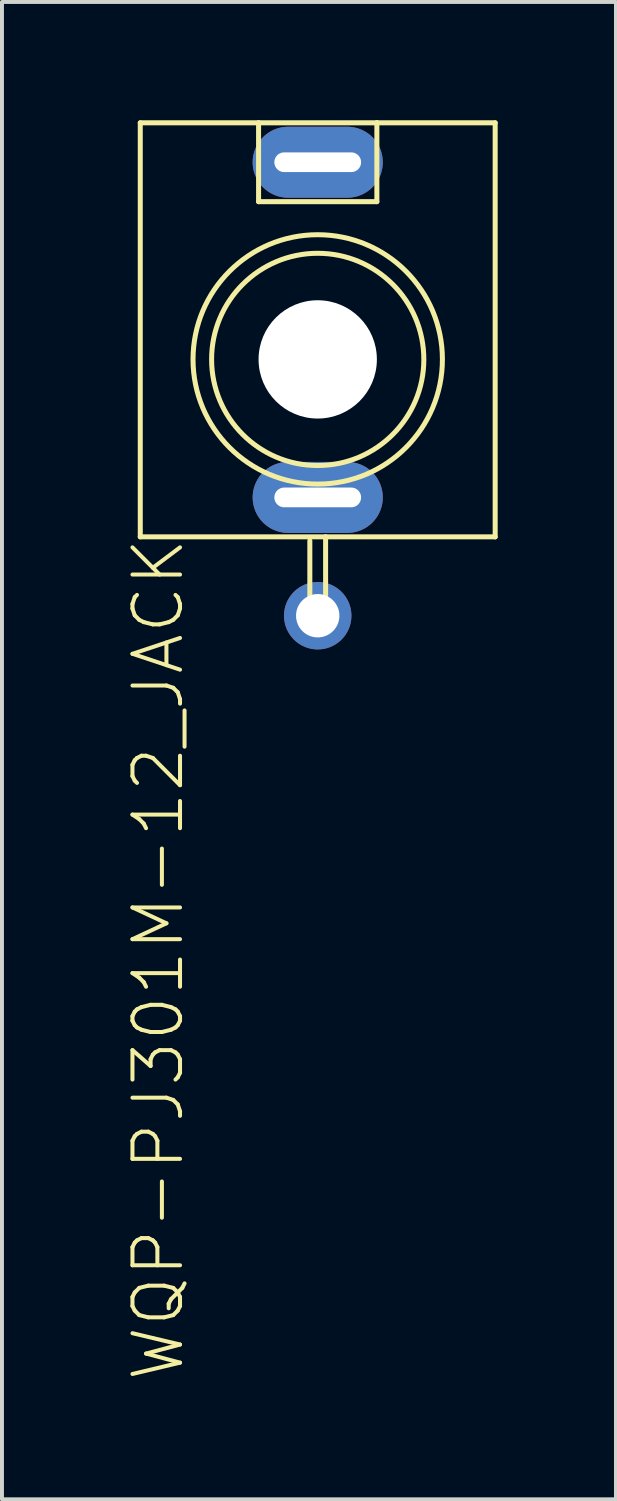
<source format=kicad_pcb>
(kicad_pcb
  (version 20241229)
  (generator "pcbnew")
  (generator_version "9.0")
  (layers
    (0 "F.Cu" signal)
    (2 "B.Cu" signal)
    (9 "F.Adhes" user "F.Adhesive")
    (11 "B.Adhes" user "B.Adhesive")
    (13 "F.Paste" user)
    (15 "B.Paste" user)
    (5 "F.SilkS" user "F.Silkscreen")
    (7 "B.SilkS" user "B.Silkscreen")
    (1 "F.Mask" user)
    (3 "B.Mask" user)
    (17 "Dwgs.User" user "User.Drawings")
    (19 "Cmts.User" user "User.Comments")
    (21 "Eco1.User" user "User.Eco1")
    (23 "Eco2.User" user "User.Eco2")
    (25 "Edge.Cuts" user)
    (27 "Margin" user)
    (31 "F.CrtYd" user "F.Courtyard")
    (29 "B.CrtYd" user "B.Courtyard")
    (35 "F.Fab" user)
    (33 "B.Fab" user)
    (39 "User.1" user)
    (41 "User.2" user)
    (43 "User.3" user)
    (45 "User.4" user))
  (footprint "WQP-PJ301M-12_JACK"
    (layer "F.Cu")
    (at 5.007 6.064)
    (property "Reference" "WQP-PJ301M-12_JACK" (at -4.75 4.47 90) (layer "F.SilkS") (effects (font (size 1.206 1.206) (thickness 0.102)) (justify right top)))
    (attr through_hole)
    (fp_line (start -4.5 -6) (end -4.5 4.5) (stroke (width 0.127) (type solid)) (layer "F.SilkS"))
    (fp_line (start -4.5 -6) (end -1.5 -6) (stroke (width 0.127) (type solid)) (layer "F.SilkS"))
    (fp_line (start -4.5 4.5) (end 0.2 4.5) (stroke (width 0.127) (type solid)) (layer "F.SilkS"))
    (fp_line (start -1.5 -6) (end -1.5 -4) (stroke (width 0.127) (type solid)) (layer "F.SilkS"))
    (fp_line (start -1.5 -6) (end 1.5 -6) (stroke (width 0.127) (type solid)) (layer "F.SilkS"))
    (fp_line (start -1.5 -4) (end 1.5 -4) (stroke (width 0.127) (type solid)) (layer "F.SilkS"))
    (fp_line (start -0.2 4.6) (end -0.2 6.7) (stroke (width 0.127) (type solid)) (layer "F.SilkS"))
    (fp_line (start -0.2 6.7) (end 0.2 6.7) (stroke (width 0.127) (type solid)) (layer "F.SilkS"))
    (fp_line (start 0.2 4.5) (end 4.5 4.5) (stroke (width 0.127) (type solid)) (layer "F.SilkS"))
    (fp_line (start 0.2 6.7) (end 0.2 4.5) (stroke (width 0.127) (type solid)) (layer "F.SilkS"))
    (fp_line (start 1.5 -6) (end 4.5 -6) (stroke (width 0.127) (type solid)) (layer "F.SilkS"))
    (fp_line (start 1.5 -4) (end 1.5 -6) (stroke (width 0.127) (type solid)) (layer "F.SilkS"))
    (fp_line (start 4.5 4.5) (end 4.5 -6) (stroke (width 0.127) (type solid)) (layer "F.SilkS"))
    (fp_circle (center 0 0) (end 2.691 0) (stroke (width 0.127) (type solid)) (fill no) (layer "F.SilkS"))
    (fp_circle (center 0 0) (end 3.162 0) (stroke (width 0.127) (type solid)) (fill no) (layer "F.SilkS"))
    (pad "" np_thru_hole circle (at 0 0) (size 3 3) (drill 3) (layers "*.Cu" "*.Mask"))
    (pad "P$1" thru_hole oval (at 0 -5) (size 3.3 1.8) (drill oval 2.2 0.5) (layers "*.Cu" "*.Mask"))
    (pad "P$2" thru_hole oval (at 0 3.5) (size 3.3 1.8) (drill oval 2.2 0.5) (layers "*.Cu" "*.Mask"))
    (pad "P$3" thru_hole circle (at 0 6.5) (size 1.71 1.71) (drill 1.1) (layers "*.Cu" "*.Mask")))
  (gr_rect
    (start -3 -3)
    (end 12.57 34.97)
    (stroke (width 0.1) (type default))
    (fill no)
    (layer "Edge.Cuts")))
</source>
